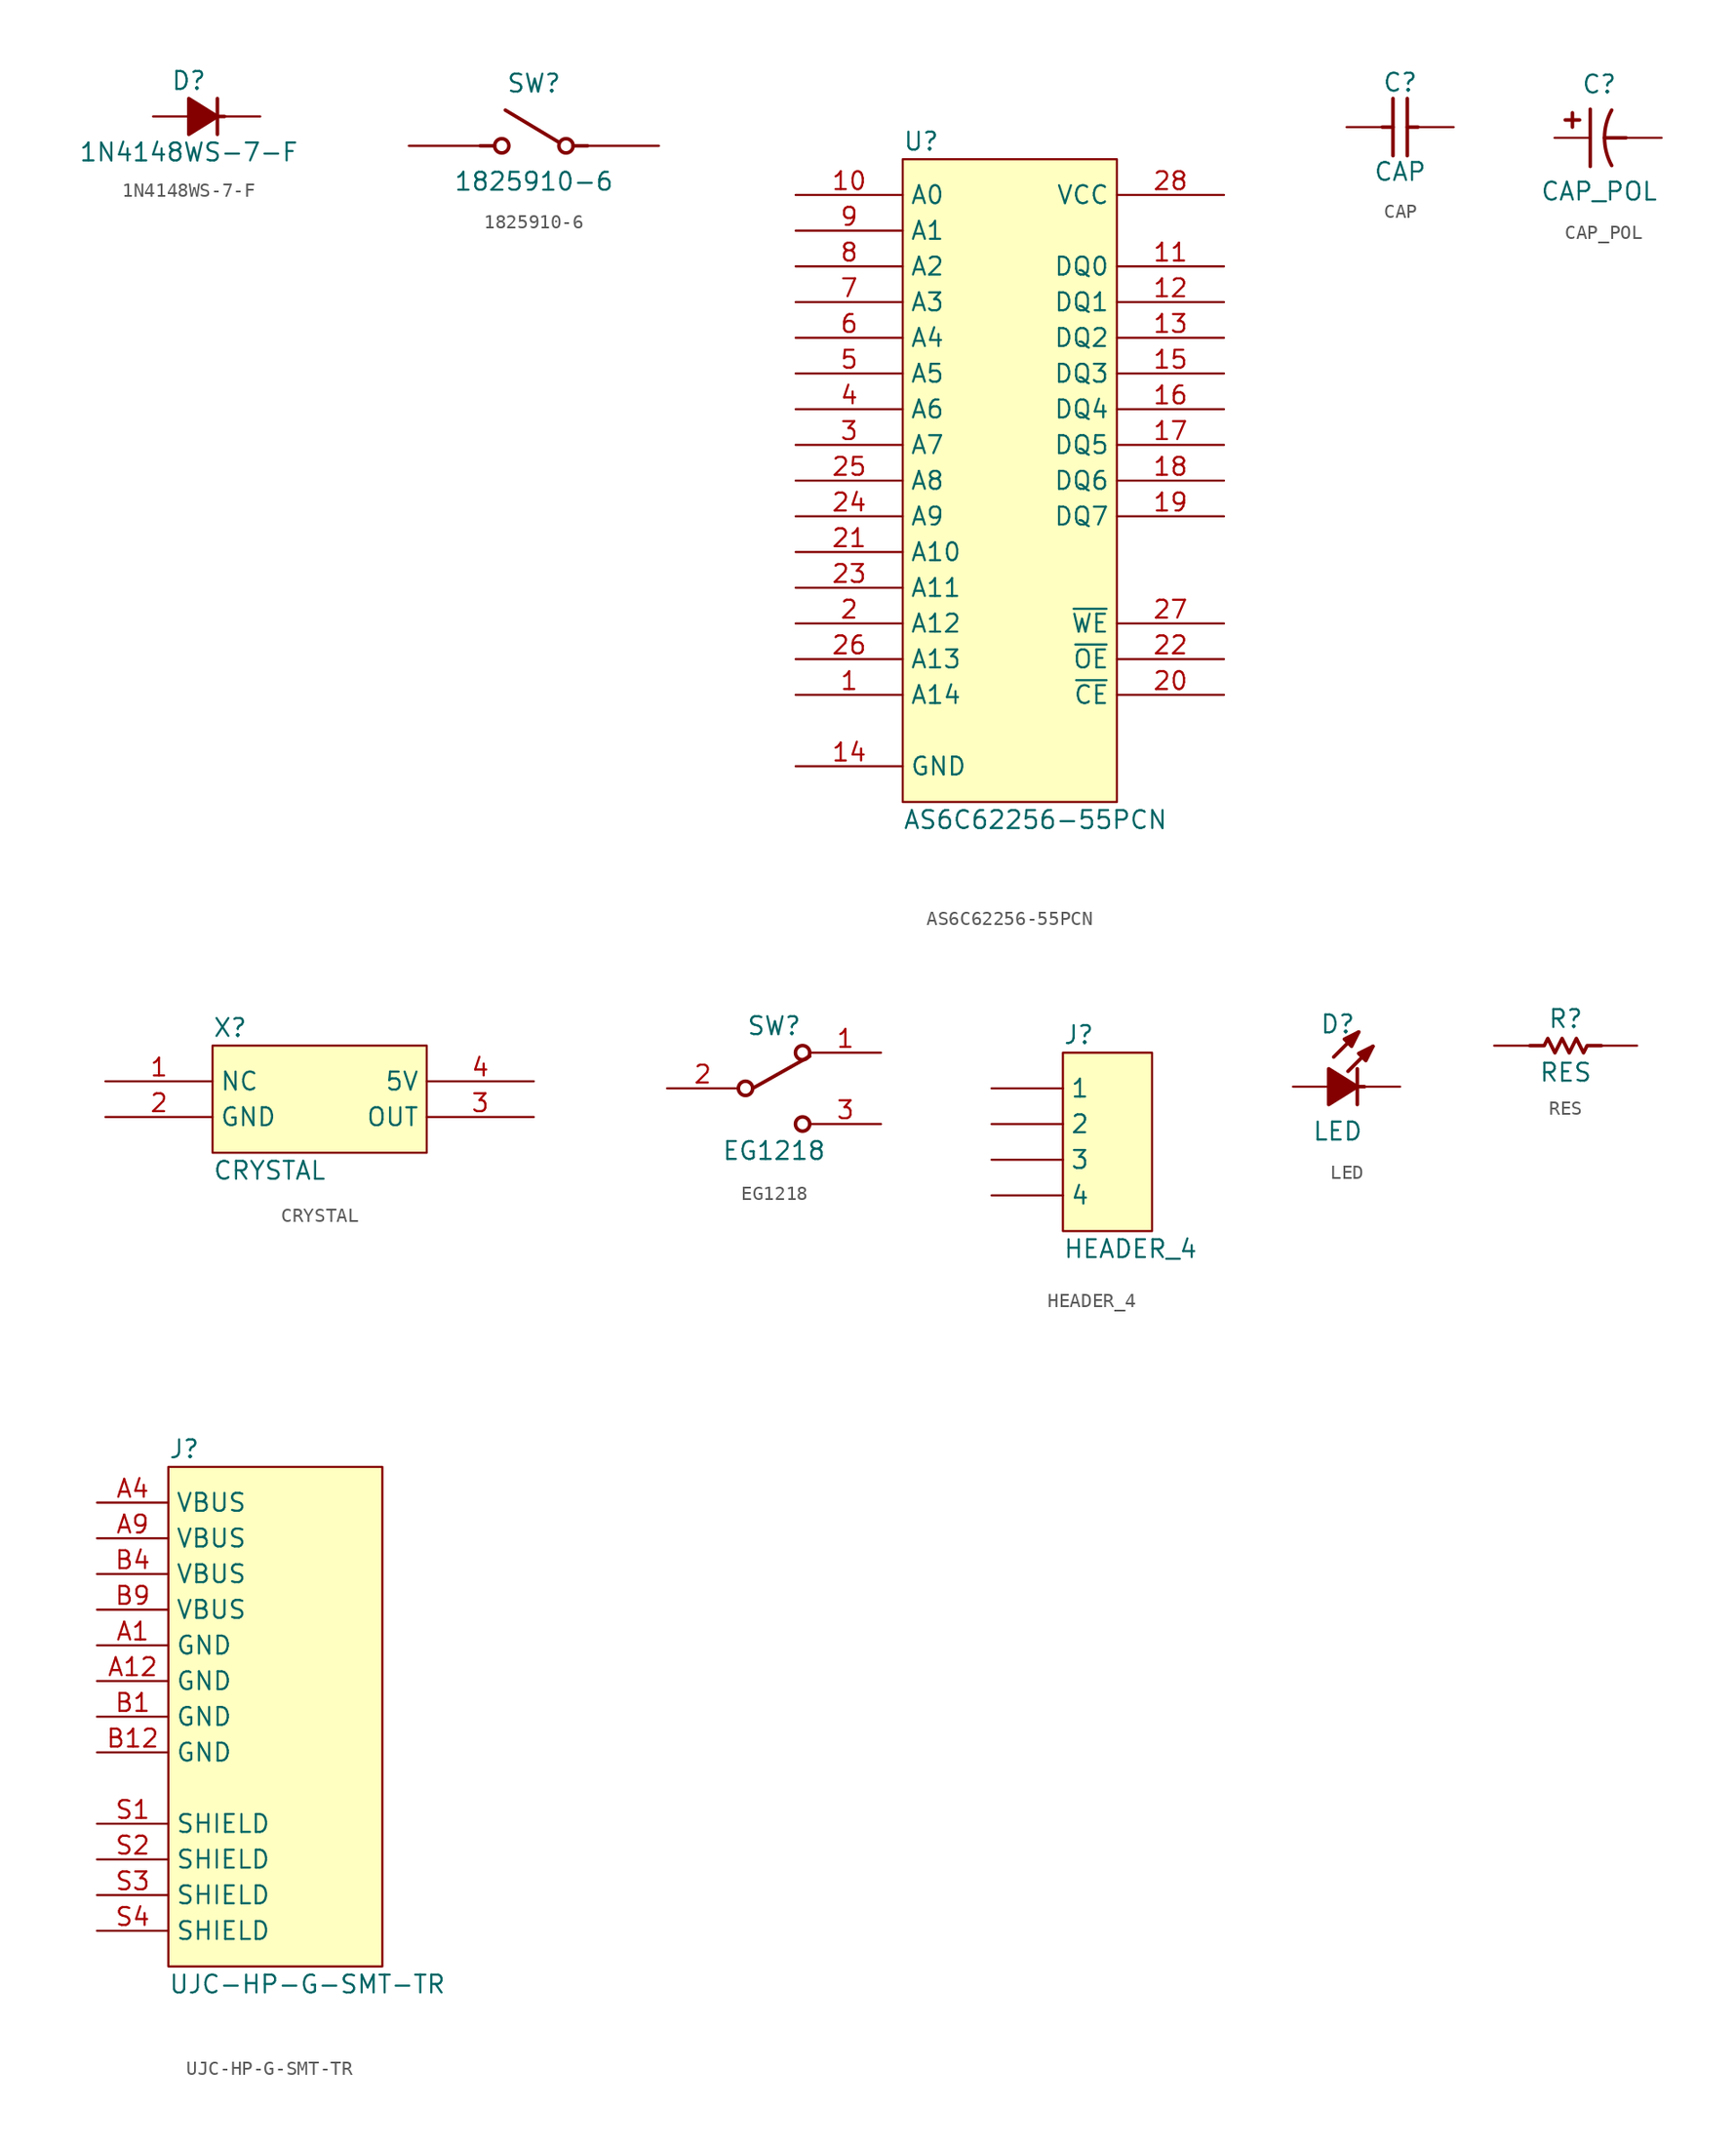
<source format=kicad_sym>
(kicad_symbol_lib
  (version 20211014)
  (generator kicad_symbol_editor)
  (symbol "1N4148WS-7-F"
    (property "Reference" "D"
      (at 0 2.54 0)
      (effects (font (size 1.27 1.27))))
    (property "Value" "1N4148WS-7-F"
      (at 0 -2.54 0)
      (effects (font (size 1.27 1.27))))
    (symbol "1N4148WS-7-F_1_0"
      (polyline (pts (xy 1.27 0) (xy 2.54 0)) (stroke (width 0.254) (type default) (color 0 0 0 0)) (fill (type none)))
      (polyline (pts (xy 2.032 1.27) (xy 2.032 -1.27)) (stroke (width 0.254) (type default) (color 0 0 0 0)) (fill (type none)))
      (polyline (pts (xy 0 -1.27) (xy 2.032 0) (xy 0 1.27) (xy 0 -1.27)) (stroke (width 0.254) (type default) (color 0 0 0 0)) (fill (type outline)))
      (pin passive line (at -2.54 0 0) (length 2.54) (name "A" (effects (font (size 0 0)))) (number "1" (effects (font (size 0 0)))))
      (pin passive line (at 5.08 0 180) (length 2.54) (name "K" (effects (font (size 0 0)))) (number "2" (effects (font (size 0 0)))))))
  (symbol "1825910-6"
    (property "Reference" "SW"
      (at 3.81 4.445 0)
      (effects (font (size 1.27 1.27))))
    (property "Value" "1825910-6"
      (at 3.81 -2.54 0)
      (effects (font (size 1.27 1.27))))
    (symbol "1825910-6_1_0"
      (polyline (pts (xy 0 0) (xy 1.016 0)) (stroke (width 0.254) (type default) (color 0 0 0 0)) (fill (type none)))
      (polyline (pts (xy 1.778 2.54) (xy 5.588 0.254)) (stroke (width 0.254) (type default) (color 0 0 0 0)) (fill (type none)))
      (polyline (pts (xy 7.62 0) (xy 6.604 0)) (stroke (width 0.254) (type default) (color 0 0 0 0)) (fill (type none)))
      (circle (center 1.524 0) (radius 0.508) (stroke (width 0.254) (type default) (color 0 0 0 0)) (fill (type none)))
      (circle (center 6.096 0) (radius 0.508) (stroke (width 0.254) (type default) (color 0 0 0 0)) (fill (type none)))
      (pin passive line (at -5.08 0 0) (length 5.08) (name "1" (effects (font (size 0 0)))) (number "1" (effects (font (size 0 0)))))
      (pin passive line (at -5.08 0 0) (length 5.08) (name "2" (effects (font (size 0 0)))) (number "2" (effects (font (size 0 0)))))
      (pin passive line (at 12.7 0 180) (length 5.08) (name "3" (effects (font (size 0 0)))) (number "3" (effects (font (size 0 0)))))
      (pin passive line (at 12.7 0 180) (length 5.08) (name "4" (effects (font (size 0 0)))) (number "4" (effects (font (size 0 0)))))))
  (symbol "AS6C62256-55PCN"
    (property "Reference" "U"
      (at 0 3.81 0)
      (effects (font (size 1.27 1.27)) (justify left)))
    (property "Value" "AS6C62256-55PCN"
      (at 0 -44.45 0)
      (effects (font (size 1.27 1.27)) (justify left)))
    (symbol "AS6C62256-55PCN_1_0"
      (rectangle (start 15.24 2.54) (end 0 -43.18) (stroke (width 0) (type default) (color 0 0 0 0)) (fill (type background)))
      (pin input line (at -7.62 -35.56 0) (length 7.62) (name "A14" (effects (font (size 1.27 1.27)))) (number "1" (effects (font (size 1.27 1.27)))))
      (pin input line (at -7.62 0 0) (length 7.62) (name "A0" (effects (font (size 1.27 1.27)))) (number "10" (effects (font (size 1.27 1.27)))))
      (pin bidirectional line (at 22.86 -5.08 180) (length 7.62) (name "DQ0" (effects (font (size 1.27 1.27)))) (number "11" (effects (font (size 1.27 1.27)))))
      (pin bidirectional line (at 22.86 -7.62 180) (length 7.62) (name "DQ1" (effects (font (size 1.27 1.27)))) (number "12" (effects (font (size 1.27 1.27)))))
      (pin bidirectional line (at 22.86 -10.16 180) (length 7.62) (name "DQ2" (effects (font (size 1.27 1.27)))) (number "13" (effects (font (size 1.27 1.27)))))
      (pin power_in line (at -7.62 -40.64 0) (length 7.62) (name "GND" (effects (font (size 1.27 1.27)))) (number "14" (effects (font (size 1.27 1.27)))))
      (pin bidirectional line (at 22.86 -12.7 180) (length 7.62) (name "DQ3" (effects (font (size 1.27 1.27)))) (number "15" (effects (font (size 1.27 1.27)))))
      (pin bidirectional line (at 22.86 -15.24 180) (length 7.62) (name "DQ4" (effects (font (size 1.27 1.27)))) (number "16" (effects (font (size 1.27 1.27)))))
      (pin bidirectional line (at 22.86 -17.78 180) (length 7.62) (name "DQ5" (effects (font (size 1.27 1.27)))) (number "17" (effects (font (size 1.27 1.27)))))
      (pin bidirectional line (at 22.86 -20.32 180) (length 7.62) (name "DQ6" (effects (font (size 1.27 1.27)))) (number "18" (effects (font (size 1.27 1.27)))))
      (pin bidirectional line (at 22.86 -22.86 180) (length 7.62) (name "DQ7" (effects (font (size 1.27 1.27)))) (number "19" (effects (font (size 1.27 1.27)))))
      (pin input line (at -7.62 -30.48 0) (length 7.62) (name "A12" (effects (font (size 1.27 1.27)))) (number "2" (effects (font (size 1.27 1.27)))))
      (pin input line (at 22.86 -35.56 180) (length 7.62) (name "~{CE}" (effects (font (size 1.27 1.27)))) (number "20" (effects (font (size 1.27 1.27)))))
      (pin input line (at -7.62 -25.4 0) (length 7.62) (name "A10" (effects (font (size 1.27 1.27)))) (number "21" (effects (font (size 1.27 1.27)))))
      (pin input line (at 22.86 -33.02 180) (length 7.62) (name "~{OE}" (effects (font (size 1.27 1.27)))) (number "22" (effects (font (size 1.27 1.27)))))
      (pin input line (at -7.62 -27.94 0) (length 7.62) (name "A11" (effects (font (size 1.27 1.27)))) (number "23" (effects (font (size 1.27 1.27)))))
      (pin input line (at -7.62 -22.86 0) (length 7.62) (name "A9" (effects (font (size 1.27 1.27)))) (number "24" (effects (font (size 1.27 1.27)))))
      (pin input line (at -7.62 -20.32 0) (length 7.62) (name "A8" (effects (font (size 1.27 1.27)))) (number "25" (effects (font (size 1.27 1.27)))))
      (pin input line (at -7.62 -33.02 0) (length 7.62) (name "A13" (effects (font (size 1.27 1.27)))) (number "26" (effects (font (size 1.27 1.27)))))
      (pin input line (at 22.86 -30.48 180) (length 7.62) (name "~{WE}" (effects (font (size 1.27 1.27)))) (number "27" (effects (font (size 1.27 1.27)))))
      (pin power_in line (at 22.86 0 180) (length 7.62) (name "VCC" (effects (font (size 1.27 1.27)))) (number "28" (effects (font (size 1.27 1.27)))))
      (pin input line (at -7.62 -17.78 0) (length 7.62) (name "A7" (effects (font (size 1.27 1.27)))) (number "3" (effects (font (size 1.27 1.27)))))
      (pin input line (at -7.62 -15.24 0) (length 7.62) (name "A6" (effects (font (size 1.27 1.27)))) (number "4" (effects (font (size 1.27 1.27)))))
      (pin input line (at -7.62 -12.7 0) (length 7.62) (name "A5" (effects (font (size 1.27 1.27)))) (number "5" (effects (font (size 1.27 1.27)))))
      (pin input line (at -7.62 -10.16 0) (length 7.62) (name "A4" (effects (font (size 1.27 1.27)))) (number "6" (effects (font (size 1.27 1.27)))))
      (pin input line (at -7.62 -7.62 0) (length 7.62) (name "A3" (effects (font (size 1.27 1.27)))) (number "7" (effects (font (size 1.27 1.27)))))
      (pin input line (at -7.62 -5.08 0) (length 7.62) (name "A2" (effects (font (size 1.27 1.27)))) (number "8" (effects (font (size 1.27 1.27)))))
      (pin input line (at -7.62 -2.54 0) (length 7.62) (name "A1" (effects (font (size 1.27 1.27)))) (number "9" (effects (font (size 1.27 1.27)))))))
  (symbol "CAP"
    (property "Reference" "C"
      (at 1.27 3.175 0)
      (effects (font (size 1.27 1.27))))
    (property "Value" "CAP"
      (at 1.27 -3.175 0)
      (effects (font (size 1.27 1.27))))
    (symbol "CAP_1_0"
      (polyline (pts (xy 0 0) (xy 0.762 0)) (stroke (width 0.254) (type default) (color 0 0 0 0)) (fill (type none)))
      (polyline (pts (xy 0.762 -2.032) (xy 0.762 2.032)) (stroke (width 0.254) (type default) (color 0 0 0 0)) (fill (type none)))
      (polyline (pts (xy 1.778 2.032) (xy 1.778 -2.032)) (stroke (width 0.254) (type default) (color 0 0 0 0)) (fill (type none)))
      (polyline (pts (xy 2.54 0) (xy 1.778 0)) (stroke (width 0.254) (type default) (color 0 0 0 0)) (fill (type none)))
      (pin passive line (at 5.08 0 180) (length 2.54) (name "1" (effects (font (size 0 0)))) (number "1" (effects (font (size 0 0)))))
      (pin passive line (at -2.54 0 0) (length 2.54) (name "2" (effects (font (size 0 0)))) (number "2" (effects (font (size 0 0)))))))
  (symbol "CAP_POL"
    (property "Reference" "C"
      (at 0.635 3.81 0)
      (effects (font (size 1.27 1.27))))
    (property "Value" "CAP_POL"
      (at 0.635 -3.81 0)
      (effects (font (size 1.27 1.27))))
    (symbol "CAP_POL_1_0"
      (polyline (pts (xy -1.27 0.762) (xy -1.27 1.778)) (stroke (width 0.254) (type default) (color 0 0 0 0)) (fill (type none)))
      (polyline (pts (xy -0.762 1.27) (xy -1.778 1.27)) (stroke (width 0.254) (type default) (color 0 0 0 0)) (fill (type none)))
      (polyline (pts (xy 0 -2.032) (xy 0 2.032)) (stroke (width 0.254) (type default) (color 0 0 0 0)) (fill (type none)))
      (polyline (pts (xy 1.016 0) (xy 2.54 0)) (stroke (width 0.254) (type default) (color 0 0 0 0)) (fill (type none)))
      (arc (start 1.016 0) (mid 1.1454 -1.0176) (end 1.5255 -1.9703) (stroke (width 0.254) (type default) (color 0 0 0 0)) (fill (type none)))
      (arc (start 1.5255 1.9703) (mid 1.1454 1.0176) (end 1.016 0) (stroke (width 0.254) (type default) (color 0 0 0 0)) (fill (type none)))
      (pin passive line (at -2.54 0 0) (length 2.54) (name "1" (effects (font (size 0 0)))) (number "1" (effects (font (size 0 0)))))
      (pin passive line (at 5.08 0 180) (length 2.54) (name "2" (effects (font (size 0 0)))) (number "2" (effects (font (size 0 0)))))))
  (symbol "CRYSTAL"
    (property "Reference" "X"
      (at 0 3.81 0)
      (effects (font (size 1.27 1.27)) (justify left)))
    (property "Value" "CRYSTAL"
      (at 0 -6.35 0)
      (effects (font (size 1.27 1.27)) (justify left)))
    (symbol "CRYSTAL_1_0"
      (rectangle (start 15.24 2.54) (end 0 -5.08) (stroke (width 0) (type default) (color 0 0 0 0)) (fill (type background)))
      (pin passive line (at -7.62 0 0) (length 7.62) (name "NC" (effects (font (size 1.27 1.27)))) (number "1" (effects (font (size 1.27 1.27)))))
      (pin power_in line (at -7.62 -2.54 0) (length 7.62) (name "GND" (effects (font (size 1.27 1.27)))) (number "2" (effects (font (size 1.27 1.27)))))
      (pin output line (at 22.86 -2.54 180) (length 7.62) (name "OUT" (effects (font (size 1.27 1.27)))) (number "3" (effects (font (size 1.27 1.27)))))
      (pin power_in line (at 22.86 0 180) (length 7.62) (name "5V" (effects (font (size 1.27 1.27)))) (number "4" (effects (font (size 1.27 1.27)))))))
  (symbol "EG1218"
    (property "Reference" "SW"
      (at 2.54 4.445 0)
      (effects (font (size 1.27 1.27))))
    (property "Value" "EG1218"
      (at 2.54 -4.445 0)
      (effects (font (size 1.27 1.27))))
    (symbol "EG1218_1_0"
      (polyline (pts (xy 1.016 0) (xy 5.08 2.286)) (stroke (width 0.254) (type default) (color 0 0 0 0)) (fill (type none)))
      (circle (center 0.508 0) (radius 0.508) (stroke (width 0.254) (type default) (color 0 0 0 0)) (fill (type none)))
      (circle (center 4.572 -2.54) (radius 0.508) (stroke (width 0.254) (type default) (color 0 0 0 0)) (fill (type none)))
      (circle (center 4.572 2.54) (radius 0.508) (stroke (width 0.254) (type default) (color 0 0 0 0)) (fill (type none)))
      (pin passive line (at 10.16 2.54 180) (length 5.08) (name "1" (effects (font (size 0 0)))) (number "1" (effects (font (size 1.27 1.27)))))
      (pin passive line (at -5.08 0 0) (length 5.08) (name "COM" (effects (font (size 0 0)))) (number "2" (effects (font (size 1.27 1.27)))))
      (pin passive line (at 10.16 -2.54 180) (length 5.08) (name "3" (effects (font (size 0 0)))) (number "3" (effects (font (size 1.27 1.27)))))))
  (symbol "HEADER_4"
    (property "Reference" "J"
      (at 0 3.81 0)
      (effects (font (size 1.27 1.27)) (justify left)))
    (property "Value" "HEADER_4"
      (at 0 -11.43 0)
      (effects (font (size 1.27 1.27)) (justify left)))
    (symbol "HEADER_4_1_0"
      (rectangle (start 6.35 2.54) (end 0 -10.16) (stroke (width 0) (type default) (color 0 0 0 0)) (fill (type background)))
      (pin passive line (at -5.08 0 0) (length 5.08) (name "1" (effects (font (size 1.27 1.27)))) (number "1" (effects (font (size 0 0)))))
      (pin passive line (at -5.08 -2.54 0) (length 5.08) (name "2" (effects (font (size 1.27 1.27)))) (number "2" (effects (font (size 0 0)))))
      (pin passive line (at -5.08 -5.08 0) (length 5.08) (name "3" (effects (font (size 1.27 1.27)))) (number "3" (effects (font (size 0 0)))))
      (pin passive line (at -5.08 -7.62 0) (length 5.08) (name "4" (effects (font (size 1.27 1.27)))) (number "4" (effects (font (size 0 0)))))))
  (symbol "LED"
    (property "Reference" "D"
      (at 0.635 4.445 0)
      (effects (font (size 1.27 1.27))))
    (property "Value" "LED"
      (at 0.635 -3.175 0)
      (effects (font (size 1.27 1.27))))
    (symbol "LED_1_0"
      (polyline (pts (xy 0.354 2.109) (xy 2.132 3.887)) (stroke (width 0.254) (type default) (color 0 0 0 0)) (fill (type none)))
      (polyline (pts (xy 1.27 0) (xy 2.54 0)) (stroke (width 0.254) (type default) (color 0 0 0 0)) (fill (type none)))
      (polyline (pts (xy 1.371 1.093) (xy 3.148 2.871)) (stroke (width 0.254) (type default) (color 0 0 0 0)) (fill (type none)))
      (polyline (pts (xy 2.032 1.27) (xy 2.032 -1.27)) (stroke (width 0.254) (type default) (color 0 0 0 0)) (fill (type none)))
      (polyline (pts (xy 0 -1.27) (xy 2.032 0) (xy 0 1.27) (xy 0 -1.27)) (stroke (width 0.254) (type default) (color 0 0 0 0)) (fill (type outline)))
      (polyline (pts (xy 2.132 3.887) (xy 1.117 3.379) (xy 1.625 2.871) (xy 2.132 3.887)) (stroke (width 0.254) (type default) (color 0 0 0 0)) (fill (type outline)))
      (polyline (pts (xy 3.148 2.871) (xy 2.132 2.363) (xy 2.64 1.855) (xy 3.148 2.871)) (stroke (width 0.254) (type default) (color 0 0 0 0)) (fill (type outline)))
      (pin passive line (at -2.54 0 0) (length 2.54) (name "A" (effects (font (size 0 0)))) (number "1" (effects (font (size 0 0)))))
      (pin passive line (at 5.08 0 180) (length 2.54) (name "K" (effects (font (size 0 0)))) (number "2" (effects (font (size 0 0)))))))
  (symbol "RES"
    (property "Reference" "R"
      (at 2.54 1.905 0)
      (effects (font (size 1.27 1.27))))
    (property "Value" "RES"
      (at 2.54 -1.905 0)
      (effects (font (size 1.27 1.27))))
    (symbol "RES_1_0"
      (polyline (pts (xy 5.08 0) (xy 4.064 0) (xy 3.81 -0.508) (xy 3.302 0.508) (xy 2.794 -0.508) (xy 2.286 0.508) (xy 1.778 -0.508) (xy 1.27 0.508) (xy 1.016 0) (xy 0 0)) (stroke (width 0.254) (type default) (color 0 0 0 0)) (fill (type none)))
      (pin passive line (at -2.54 0 0) (length 2.54) (name "1" (effects (font (size 0 0)))) (number "1" (effects (font (size 0 0)))))
      (pin passive line (at 7.62 0 180) (length 2.54) (name "2" (effects (font (size 0 0)))) (number "2" (effects (font (size 0 0)))))))
  (symbol "UJC-HP-G-SMT-TR"
    (property "Reference" "J"
      (at 0 3.81 0)
      (effects (font (size 1.27 1.27)) (justify left)))
    (property "Value" "UJC-HP-G-SMT-TR"
      (at 0 -34.29 0)
      (effects (font (size 1.27 1.27)) (justify left)))
    (symbol "UJC-HP-G-SMT-TR_1_0"
      (rectangle (start 15.24 2.54) (end 0 -33.02) (stroke (width 0) (type default) (color 0 0 0 0)) (fill (type background)))
      (pin power_out line (at -5.08 -10.16 0) (length 5.08) (name "GND" (effects (font (size 1.27 1.27)))) (number "A1" (effects (font (size 1.27 1.27)))))
      (pin power_out line (at -5.08 -12.7 0) (length 5.08) (name "GND" (effects (font (size 1.27 1.27)))) (number "A12" (effects (font (size 1.27 1.27)))))
      (pin power_out line (at -5.08 0 0) (length 5.08) (name "VBUS" (effects (font (size 1.27 1.27)))) (number "A4" (effects (font (size 1.27 1.27)))))
      (pin power_out line (at -5.08 -2.54 0) (length 5.08) (name "VBUS" (effects (font (size 1.27 1.27)))) (number "A9" (effects (font (size 1.27 1.27)))))
      (pin power_out line (at -5.08 -15.24 0) (length 5.08) (name "GND" (effects (font (size 1.27 1.27)))) (number "B1" (effects (font (size 1.27 1.27)))))
      (pin power_out line (at -5.08 -17.78 0) (length 5.08) (name "GND" (effects (font (size 1.27 1.27)))) (number "B12" (effects (font (size 1.27 1.27)))))
      (pin power_out line (at -5.08 -5.08 0) (length 5.08) (name "VBUS" (effects (font (size 1.27 1.27)))) (number "B4" (effects (font (size 1.27 1.27)))))
      (pin power_out line (at -5.08 -7.62 0) (length 5.08) (name "VBUS" (effects (font (size 1.27 1.27)))) (number "B9" (effects (font (size 1.27 1.27)))))
      (pin passive line (at -5.08 -22.86 0) (length 5.08) (name "SHIELD" (effects (font (size 1.27 1.27)))) (number "S1" (effects (font (size 1.27 1.27)))))
      (pin passive line (at -5.08 -25.4 0) (length 5.08) (name "SHIELD" (effects (font (size 1.27 1.27)))) (number "S2" (effects (font (size 1.27 1.27)))))
      (pin passive line (at -5.08 -27.94 0) (length 5.08) (name "SHIELD" (effects (font (size 1.27 1.27)))) (number "S3" (effects (font (size 1.27 1.27)))))
      (pin passive line (at -5.08 -30.48 0) (length 5.08) (name "SHIELD" (effects (font (size 1.27 1.27)))) (number "S4" (effects (font (size 1.27 1.27))))))))
</source>
